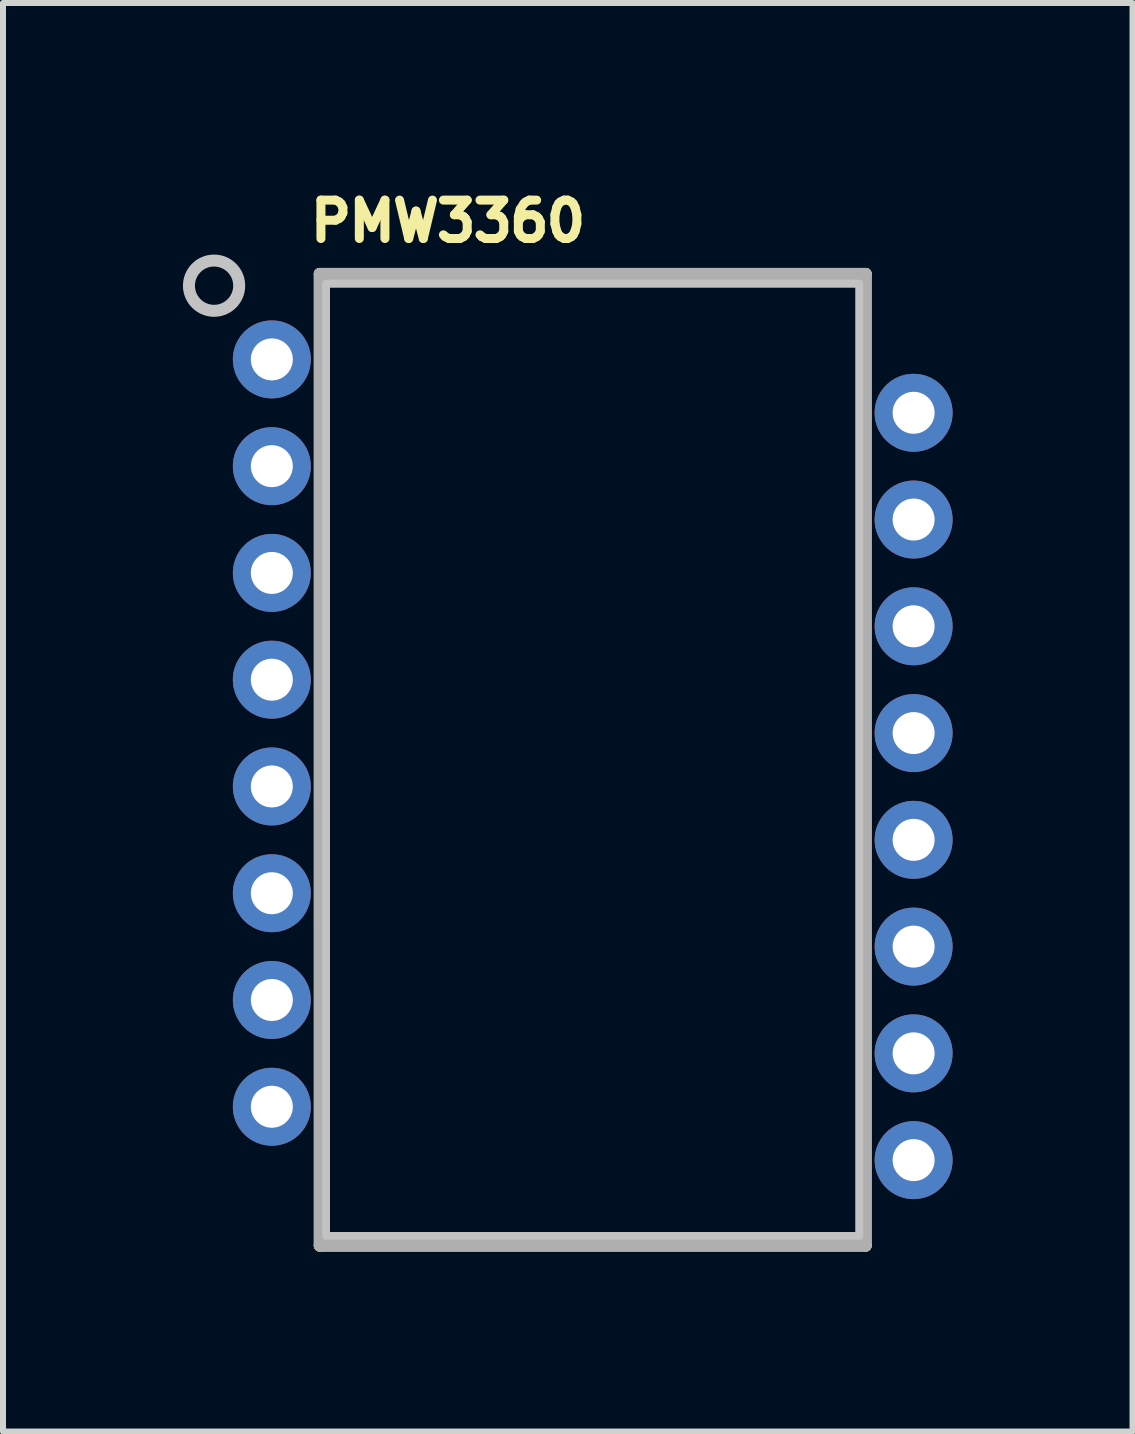
<source format=kicad_pcb>
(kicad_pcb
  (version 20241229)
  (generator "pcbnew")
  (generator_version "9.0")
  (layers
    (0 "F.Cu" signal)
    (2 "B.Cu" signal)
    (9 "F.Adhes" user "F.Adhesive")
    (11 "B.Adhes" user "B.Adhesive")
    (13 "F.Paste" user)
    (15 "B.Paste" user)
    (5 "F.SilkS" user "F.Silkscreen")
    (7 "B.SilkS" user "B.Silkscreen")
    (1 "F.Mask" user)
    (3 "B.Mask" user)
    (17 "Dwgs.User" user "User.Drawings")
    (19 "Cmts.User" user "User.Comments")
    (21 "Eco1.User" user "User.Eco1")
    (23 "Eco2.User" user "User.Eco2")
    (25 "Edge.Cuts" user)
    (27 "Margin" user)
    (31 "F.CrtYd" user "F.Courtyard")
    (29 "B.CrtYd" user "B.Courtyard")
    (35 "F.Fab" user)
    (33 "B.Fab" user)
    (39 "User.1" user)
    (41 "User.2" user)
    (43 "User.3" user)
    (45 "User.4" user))
  (footprint "PMW3360"
    (layer "F.Cu")
    (at 6.832 9.617)
    (property "Reference" "PMW3360" (at -2.413 -8.979 0) (layer "F.SilkS") (effects (font (size 0.64 0.64) (thickness 0.15))))
    (attr through_hole)
    (fp_line (start -4.55 -8.1) (end -4.55 8.1) (stroke (width 0.2) (type solid)) (layer "F.SilkS"))
    (fp_line (start -4.55 8.1) (end 4.55 8.1) (stroke (width 0.2) (type solid)) (layer "F.SilkS"))
    (fp_line (start 4.55 -8.1) (end -4.55 -8.1) (stroke (width 0.2) (type solid)) (layer "F.SilkS"))
    (fp_line (start 4.55 8.1) (end 4.55 -8.1) (stroke (width 0.2) (type solid)) (layer "F.SilkS"))
    (fp_circle (center -6.313 -7.904) (end -5.894 -7.904) (stroke (width 0.2) (type solid)) (fill no) (layer "Dwgs.User"))
    (fp_poly (pts (xy -4.445 -7.938) (xy 4.445 -7.938) (xy 4.445 7.938) (xy -4.445 7.938)) (stroke (width 0.127) (type solid)) (fill no) (layer "Dwgs.User"))
    (fp_poly (pts (xy -4.445 -7.938) (xy 4.445 -7.938) (xy 4.445 7.938) (xy -4.445 7.938)) (stroke (width 0.127) (type solid)) (fill no) (layer "Dwgs.User"))
    (fp_poly (pts (xy 4.3 7.81) (xy -4.3 7.81) (xy -4.3 -9.46) (xy 4.3 -9.46)) (stroke (width 0.1) (type solid)) (fill no) (layer "Eco1.User"))
    (fp_line (start -4.55 -8.1) (end 4.55 -8.1) (stroke (width 0.2) (type solid)) (layer "F.Fab"))
    (fp_line (start -4.55 8.1) (end -4.55 -8.1) (stroke (width 0.2) (type solid)) (layer "F.Fab"))
    (fp_line (start 4.55 -8.1) (end 4.55 8.1) (stroke (width 0.2) (type solid)) (layer "F.Fab"))
    (fp_line (start 4.55 8.1) (end -4.55 8.1) (stroke (width 0.2) (type solid)) (layer "F.Fab"))
    (pad "1" thru_hole circle (at -5.35 -6.675) (size 1.3 1.3) (drill 0.7) (layers "*.Cu" "*.Mask"))
    (pad "2" thru_hole circle (at -5.35 -4.895) (size 1.3 1.3) (drill 0.7) (layers "*.Cu" "*.Mask"))
    (pad "3" thru_hole circle (at -5.35 -3.115) (size 1.3 1.3) (drill 0.7) (layers "*.Cu" "*.Mask"))
    (pad "4" thru_hole circle (at -5.35 -1.335) (size 1.3 1.3) (drill 0.7) (layers "*.Cu" "*.Mask"))
    (pad "5" thru_hole circle (at -5.35 0.445) (size 1.3 1.3) (drill 0.7) (layers "*.Cu" "*.Mask"))
    (pad "6" thru_hole circle (at -5.35 2.225) (size 1.3 1.3) (drill 0.7) (layers "*.Cu" "*.Mask"))
    (pad "7" thru_hole circle (at -5.35 4.005) (size 1.3 1.3) (drill 0.7) (layers "*.Cu" "*.Mask"))
    (pad "8" thru_hole circle (at -5.35 5.785) (size 1.3 1.3) (drill 0.7) (layers "*.Cu" "*.Mask"))
    (pad "9" thru_hole circle (at 5.35 6.675) (size 1.3 1.3) (drill 0.7) (layers "*.Cu" "*.Mask"))
    (pad "10" thru_hole circle (at 5.35 4.895) (size 1.3 1.3) (drill 0.7) (layers "*.Cu" "*.Mask"))
    (pad "11" thru_hole circle (at 5.35 3.115) (size 1.3 1.3) (drill 0.7) (layers "*.Cu" "*.Mask"))
    (pad "12" thru_hole circle (at 5.35 1.335) (size 1.3 1.3) (drill 0.7) (layers "*.Cu" "*.Mask"))
    (pad "13" thru_hole circle (at 5.35 -0.445) (size 1.3 1.3) (drill 0.7) (layers "*.Cu" "*.Mask"))
    (pad "14" thru_hole circle (at 5.35 -2.225) (size 1.3 1.3) (drill 0.7) (layers "*.Cu" "*.Mask"))
    (pad "15" thru_hole circle (at 5.35 -4.005) (size 1.3 1.3) (drill 0.7) (layers "*.Cu" "*.Mask"))
    (pad "16" thru_hole circle (at 5.35 -5.785) (size 1.3 1.3) (drill 0.7) (layers "*.Cu" "*.Mask")))
  (gr_rect
    (start -3 -3)
    (end 15.832 20.817)
    (stroke (width 0.1) (type default))
    (fill no)
    (layer "Edge.Cuts")))
</source>
